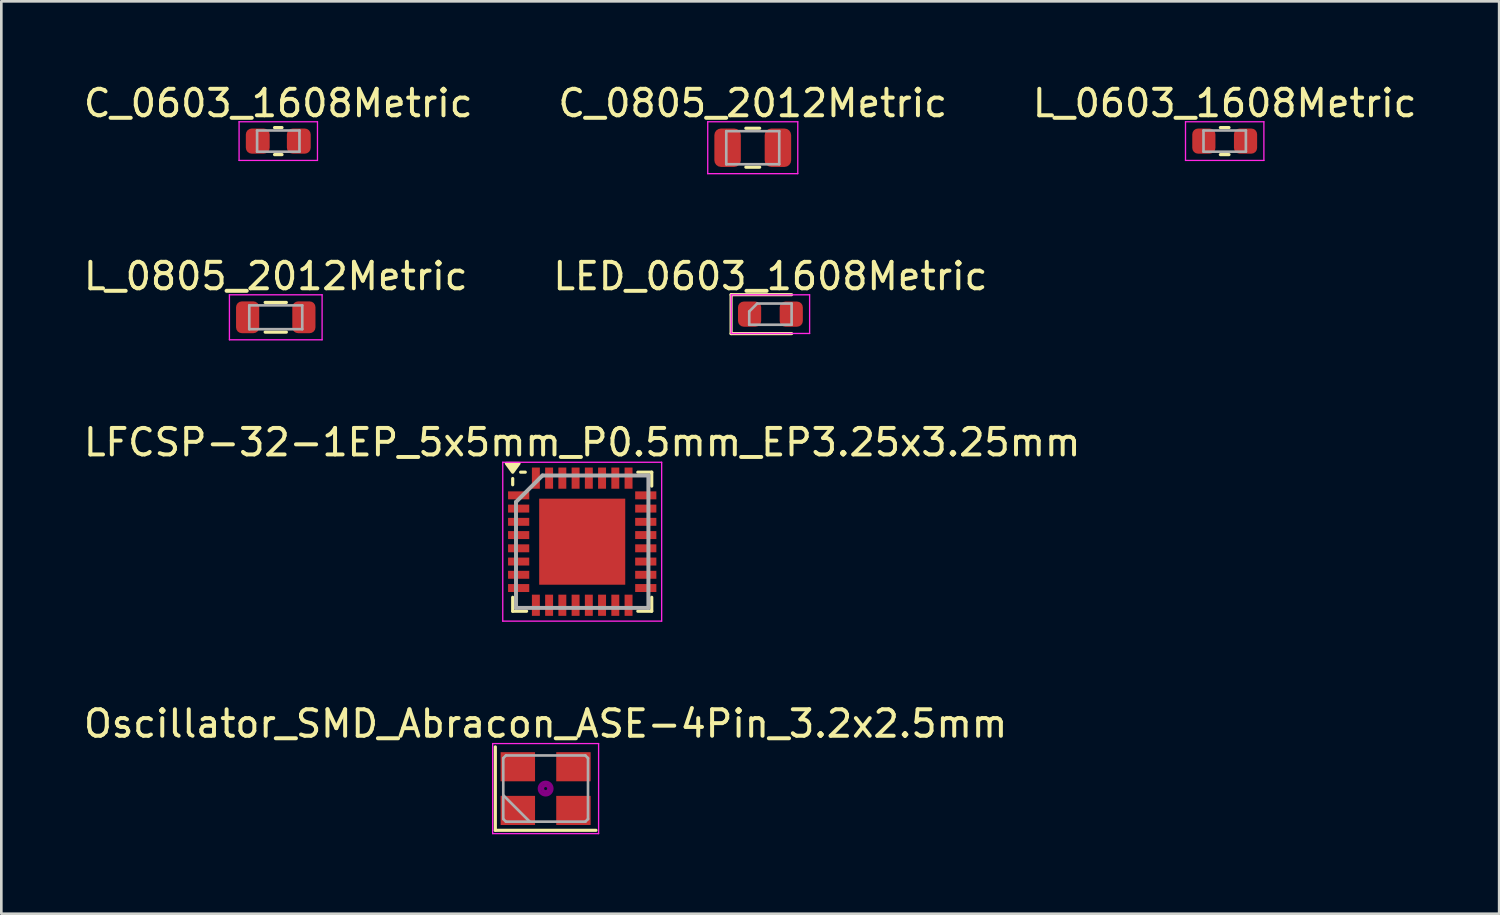
<source format=kicad_pcb>
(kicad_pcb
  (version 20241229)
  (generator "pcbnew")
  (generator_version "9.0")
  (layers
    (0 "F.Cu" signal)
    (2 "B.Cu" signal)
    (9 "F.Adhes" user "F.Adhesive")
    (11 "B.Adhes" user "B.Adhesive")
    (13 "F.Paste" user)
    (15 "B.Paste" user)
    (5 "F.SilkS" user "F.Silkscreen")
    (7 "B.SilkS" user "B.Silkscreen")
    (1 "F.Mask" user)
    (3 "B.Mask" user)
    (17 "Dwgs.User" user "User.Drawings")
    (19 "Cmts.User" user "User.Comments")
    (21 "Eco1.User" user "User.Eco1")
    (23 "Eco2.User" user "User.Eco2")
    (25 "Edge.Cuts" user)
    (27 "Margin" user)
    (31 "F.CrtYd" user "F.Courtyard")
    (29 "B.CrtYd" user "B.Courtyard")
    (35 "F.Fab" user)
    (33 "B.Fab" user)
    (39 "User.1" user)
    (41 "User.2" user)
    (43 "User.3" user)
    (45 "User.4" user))
  (footprint "L_0805_2012Metric"
    (layer "F.Cu")
    (at 7.363 8.931)
    (property "Reference" "L_0805_2012Metric" (at 0 -1.55 0) (layer "F.SilkS") (effects (font (size 1 1) (thickness 0.15))))
    (attr smd)
    (fp_line (start -0.4 -0.56) (end 0.4 -0.56) (stroke (width 0.12) (type solid)) (layer "F.SilkS"))
    (fp_line (start -0.4 0.56) (end 0.4 0.56) (stroke (width 0.12) (type solid)) (layer "F.SilkS"))
    (fp_line (start -1.75 -0.85) (end 1.75 -0.85) (stroke (width 0.05) (type solid)) (layer "F.CrtYd"))
    (fp_line (start -1.75 0.85) (end -1.75 -0.85) (stroke (width 0.05) (type solid)) (layer "F.CrtYd"))
    (fp_line (start 1.75 -0.85) (end 1.75 0.85) (stroke (width 0.05) (type solid)) (layer "F.CrtYd"))
    (fp_line (start 1.75 0.85) (end -1.75 0.85) (stroke (width 0.05) (type solid)) (layer "F.CrtYd"))
    (fp_line (start -1 -0.45) (end 1 -0.45) (stroke (width 0.1) (type solid)) (layer "F.Fab"))
    (fp_line (start -1 0.45) (end -1 -0.45) (stroke (width 0.1) (type solid)) (layer "F.Fab"))
    (fp_line (start 1 -0.45) (end 1 0.45) (stroke (width 0.1) (type solid)) (layer "F.Fab"))
    (fp_line (start 1 0.45) (end -1 0.45) (stroke (width 0.1) (type solid)) (layer "F.Fab"))
    (pad "1" smd roundrect (at -1.062 0 180) (size 0.875 1.2) (layers "F.Cu" "F.Mask" "F.Paste") (roundrect_rratio 0.25))
    (pad "2" smd roundrect (at 1.062 0 180) (size 0.875 1.2) (layers "F.Cu" "F.Mask" "F.Paste") (roundrect_rratio 0.25)))
  (footprint "Oscillator_SMD_Abracon_ASE-4Pin_3.2x2.5mm"
    (layer "F.Cu")
    (at 17.554 26.728)
    (property "Reference" "Oscillator_SMD_Abracon_ASE-4Pin_3.2x2.5mm" (at 0 -2.45 0) (layer "F.SilkS") (effects (font (size 1 1) (thickness 0.15))))
    (attr smd)
    (fp_line (start -1.9 -1.575) (end -1.9 1.575) (stroke (width 0.12) (type solid)) (layer "F.SilkS"))
    (fp_line (start -1.9 1.575) (end 1.9 1.575) (stroke (width 0.12) (type solid)) (layer "F.SilkS"))
    (fp_circle (center 0 0) (end 0.058 0) (stroke (width 0.117) (type solid)) (fill no) (layer "F.Adhes"))
    (fp_circle (center 0 0) (end 0.133 0) (stroke (width 0.083) (type solid)) (fill no) (layer "F.Adhes"))
    (fp_circle (center 0 0) (end 0.208 0) (stroke (width 0.083) (type solid)) (fill no) (layer "F.Adhes"))
    (fp_circle (center 0 0) (end 0.25 0) (stroke (width 0.1) (type solid)) (fill no) (layer "F.Adhes"))
    (fp_line (start -2 -1.7) (end -2 1.7) (stroke (width 0.05) (type solid)) (layer "F.CrtYd"))
    (fp_line (start -2 1.7) (end 2 1.7) (stroke (width 0.05) (type solid)) (layer "F.CrtYd"))
    (fp_line (start 2 -1.7) (end -2 -1.7) (stroke (width 0.05) (type solid)) (layer "F.CrtYd"))
    (fp_line (start 2 1.7) (end 2 -1.7) (stroke (width 0.05) (type solid)) (layer "F.CrtYd"))
    (fp_line (start -1.6 -1.15) (end -1.5 -1.25) (stroke (width 0.1) (type solid)) (layer "F.Fab"))
    (fp_line (start -1.6 0.25) (end -0.6 1.25) (stroke (width 0.1) (type solid)) (layer "F.Fab"))
    (fp_line (start -1.6 1.15) (end -1.6 -1.15) (stroke (width 0.1) (type solid)) (layer "F.Fab"))
    (fp_line (start -1.5 -1.25) (end 1.5 -1.25) (stroke (width 0.1) (type solid)) (layer "F.Fab"))
    (fp_line (start -1.5 1.25) (end -1.6 1.15) (stroke (width 0.1) (type solid)) (layer "F.Fab"))
    (fp_line (start 1.5 -1.25) (end 1.6 -1.15) (stroke (width 0.1) (type solid)) (layer "F.Fab"))
    (fp_line (start 1.5 1.25) (end -1.5 1.25) (stroke (width 0.1) (type solid)) (layer "F.Fab"))
    (fp_line (start 1.6 -1.15) (end 1.6 1.15) (stroke (width 0.1) (type solid)) (layer "F.Fab"))
    (fp_line (start 1.6 1.15) (end 1.5 1.25) (stroke (width 0.1) (type solid)) (layer "F.Fab"))
    (pad "1" smd rect (at -1.05 0.825) (size 1.3 1.1) (layers "F.Cu" "F.Mask" "F.Paste"))
    (pad "2" smd rect (at 1.05 0.825) (size 1.3 1.1) (layers "F.Cu" "F.Mask" "F.Paste"))
    (pad "3" smd rect (at 1.05 -0.825) (size 1.3 1.1) (layers "F.Cu" "F.Mask" "F.Paste"))
    (pad "4" smd rect (at -1.05 -0.825) (size 1.3 1.1) (layers "F.Cu" "F.Mask" "F.Paste")))
  (footprint "LFCSP-32-1EP_5x5mm_P0.5mm_EP3.25x3.25mm"
    (layer "F.Cu")
    (at 18.935 17.405)
    (property "Reference" "LFCSP-32-1EP_5x5mm_P0.5mm_EP3.25x3.25mm" (at 0 -3.75 0) (layer "F.SilkS") (effects (font (size 1 1) (thickness 0.15))))
    (attr smd)
    (fp_line (start -2.625 -2.15) (end -2.625 -2.385) (stroke (width 0.12) (type solid)) (layer "F.SilkS"))
    (fp_line (start -2.625 2.625) (end -2.625 2.1) (stroke (width 0.12) (type solid)) (layer "F.SilkS"))
    (fp_line (start -2.625 2.625) (end -2.1 2.625) (stroke (width 0.12) (type solid)) (layer "F.SilkS"))
    (fp_line (start -2.15 -2.625) (end -2.325 -2.625) (stroke (width 0.12) (type solid)) (layer "F.SilkS"))
    (fp_line (start 2.625 -2.625) (end 2.1 -2.625) (stroke (width 0.12) (type solid)) (layer "F.SilkS"))
    (fp_line (start 2.625 -2.625) (end 2.625 -2.1) (stroke (width 0.12) (type solid)) (layer "F.SilkS"))
    (fp_line (start 2.625 2.625) (end 2.1 2.625) (stroke (width 0.12) (type solid)) (layer "F.SilkS"))
    (fp_line (start 2.625 2.625) (end 2.625 2.1) (stroke (width 0.12) (type solid)) (layer "F.SilkS"))
    (fp_poly (pts (xy -2.625 -2.625) (xy -2.865 -2.955) (xy -2.385 -2.955) (xy -2.625 -2.625)) (stroke (width 0.12) (type solid)) (fill yes) (layer "F.SilkS"))
    (fp_line (start -3 -3) (end -3 3) (stroke (width 0.05) (type solid)) (layer "F.CrtYd"))
    (fp_line (start -3 -3) (end 3 -3) (stroke (width 0.05) (type solid)) (layer "F.CrtYd"))
    (fp_line (start -3 3) (end 3 3) (stroke (width 0.05) (type solid)) (layer "F.CrtYd"))
    (fp_line (start 3 -3) (end 3 3) (stroke (width 0.05) (type solid)) (layer "F.CrtYd"))
    (fp_line (start -2.5 -1.5) (end -1.5 -2.5) (stroke (width 0.15) (type solid)) (layer "F.Fab"))
    (fp_line (start -2.5 2.5) (end -2.5 -1.5) (stroke (width 0.15) (type solid)) (layer "F.Fab"))
    (fp_line (start -1.5 -2.5) (end 2.5 -2.5) (stroke (width 0.15) (type solid)) (layer "F.Fab"))
    (fp_line (start 2.5 -2.5) (end 2.5 2.5) (stroke (width 0.15) (type solid)) (layer "F.Fab"))
    (fp_line (start 2.5 2.5) (end -2.5 2.5) (stroke (width 0.15) (type solid)) (layer "F.Fab"))
    (pad "" smd rect (at -0.8 -0.8) (size 1.3 1.3) (layers "F.Paste"))
    (pad "" smd rect (at -0.8 0.8) (size 1.3 1.3) (layers "F.Paste"))
    (pad "" smd rect (at 0.8 -0.8) (size 1.3 1.3) (layers "F.Paste"))
    (pad "" smd rect (at 0.8 0.8) (size 1.3 1.3) (layers "F.Paste"))
    (pad "1" smd rect (at -2.4 -1.75) (size 0.8 0.3) (layers "F.Cu" "F.Mask" "F.Paste"))
    (pad "2" smd rect (at -2.4 -1.25) (size 0.8 0.3) (layers "F.Cu" "F.Mask" "F.Paste"))
    (pad "3" smd rect (at -2.4 -0.75) (size 0.8 0.3) (layers "F.Cu" "F.Mask" "F.Paste"))
    (pad "4" smd rect (at -2.4 -0.25) (size 0.8 0.3) (layers "F.Cu" "F.Mask" "F.Paste"))
    (pad "5" smd rect (at -2.4 0.25) (size 0.8 0.3) (layers "F.Cu" "F.Mask" "F.Paste"))
    (pad "6" smd rect (at -2.4 0.75) (size 0.8 0.3) (layers "F.Cu" "F.Mask" "F.Paste"))
    (pad "7" smd rect (at -2.4 1.25) (size 0.8 0.3) (layers "F.Cu" "F.Mask" "F.Paste"))
    (pad "8" smd rect (at -2.4 1.75) (size 0.8 0.3) (layers "F.Cu" "F.Mask" "F.Paste"))
    (pad "9" smd rect (at -1.75 2.4 90) (size 0.8 0.3) (layers "F.Cu" "F.Mask" "F.Paste"))
    (pad "10" smd rect (at -1.25 2.4 90) (size 0.8 0.3) (layers "F.Cu" "F.Mask" "F.Paste"))
    (pad "11" smd rect (at -0.75 2.4 90) (size 0.8 0.3) (layers "F.Cu" "F.Mask" "F.Paste"))
    (pad "12" smd rect (at -0.25 2.4 90) (size 0.8 0.3) (layers "F.Cu" "F.Mask" "F.Paste"))
    (pad "13" smd rect (at 0.25 2.4 90) (size 0.8 0.3) (layers "F.Cu" "F.Mask" "F.Paste"))
    (pad "14" smd rect (at 0.75 2.4 90) (size 0.8 0.3) (layers "F.Cu" "F.Mask" "F.Paste"))
    (pad "15" smd rect (at 1.25 2.4 90) (size 0.8 0.3) (layers "F.Cu" "F.Mask" "F.Paste"))
    (pad "16" smd rect (at 1.75 2.4 90) (size 0.8 0.3) (layers "F.Cu" "F.Mask" "F.Paste"))
    (pad "17" smd rect (at 2.4 1.75) (size 0.8 0.3) (layers "F.Cu" "F.Mask" "F.Paste"))
    (pad "18" smd rect (at 2.4 1.25) (size 0.8 0.3) (layers "F.Cu" "F.Mask" "F.Paste"))
    (pad "19" smd rect (at 2.4 0.75) (size 0.8 0.3) (layers "F.Cu" "F.Mask" "F.Paste"))
    (pad "20" smd rect (at 2.4 0.25) (size 0.8 0.3) (layers "F.Cu" "F.Mask" "F.Paste"))
    (pad "21" smd rect (at 2.4 -0.25) (size 0.8 0.3) (layers "F.Cu" "F.Mask" "F.Paste"))
    (pad "22" smd rect (at 2.4 -0.75) (size 0.8 0.3) (layers "F.Cu" "F.Mask" "F.Paste"))
    (pad "23" smd rect (at 2.4 -1.25) (size 0.8 0.3) (layers "F.Cu" "F.Mask" "F.Paste"))
    (pad "24" smd rect (at 2.4 -1.75) (size 0.8 0.3) (layers "F.Cu" "F.Mask" "F.Paste"))
    (pad "25" smd rect (at 1.75 -2.4 90) (size 0.8 0.3) (layers "F.Cu" "F.Mask" "F.Paste"))
    (pad "26" smd rect (at 1.25 -2.4 90) (size 0.8 0.3) (layers "F.Cu" "F.Mask" "F.Paste"))
    (pad "27" smd rect (at 0.75 -2.4 90) (size 0.8 0.3) (layers "F.Cu" "F.Mask" "F.Paste"))
    (pad "28" smd rect (at 0.25 -2.4 90) (size 0.8 0.3) (layers "F.Cu" "F.Mask" "F.Paste"))
    (pad "29" smd rect (at -0.25 -2.4 90) (size 0.8 0.3) (layers "F.Cu" "F.Mask" "F.Paste"))
    (pad "30" smd rect (at -0.75 -2.4 90) (size 0.8 0.3) (layers "F.Cu" "F.Mask" "F.Paste"))
    (pad "31" smd rect (at -1.25 -2.4 90) (size 0.8 0.3) (layers "F.Cu" "F.Mask" "F.Paste"))
    (pad "32" smd rect (at -1.75 -2.4 90) (size 0.8 0.3) (layers "F.Cu" "F.Mask" "F.Paste"))
    (pad "33" smd rect (at 0 0) (size 3.25 3.25) (layers "F.Cu" "F.Mask")))
  (footprint "C_0603_1608Metric"
    (layer "F.Cu")
    (at 7.458 2.278)
    (property "Reference" "C_0603_1608Metric" (at 0 -1.43 0) (layer "F.SilkS") (effects (font (size 1 1) (thickness 0.15))))
    (attr smd)
    (fp_line (start -0.141 -0.51) (end 0.141 -0.51) (stroke (width 0.12) (type solid)) (layer "F.SilkS"))
    (fp_line (start -0.141 0.51) (end 0.141 0.51) (stroke (width 0.12) (type solid)) (layer "F.SilkS"))
    (fp_line (start -1.48 -0.73) (end 1.48 -0.73) (stroke (width 0.05) (type solid)) (layer "F.CrtYd"))
    (fp_line (start -1.48 0.73) (end -1.48 -0.73) (stroke (width 0.05) (type solid)) (layer "F.CrtYd"))
    (fp_line (start 1.48 -0.73) (end 1.48 0.73) (stroke (width 0.05) (type solid)) (layer "F.CrtYd"))
    (fp_line (start 1.48 0.73) (end -1.48 0.73) (stroke (width 0.05) (type solid)) (layer "F.CrtYd"))
    (fp_line (start -0.8 -0.4) (end 0.8 -0.4) (stroke (width 0.1) (type solid)) (layer "F.Fab"))
    (fp_line (start -0.8 0.4) (end -0.8 -0.4) (stroke (width 0.1) (type solid)) (layer "F.Fab"))
    (fp_line (start 0.8 -0.4) (end 0.8 0.4) (stroke (width 0.1) (type solid)) (layer "F.Fab"))
    (fp_line (start 0.8 0.4) (end -0.8 0.4) (stroke (width 0.1) (type solid)) (layer "F.Fab"))
    (pad "1" smd roundrect (at -0.775 0 180) (size 0.9 0.95) (layers "F.Cu" "F.Mask" "F.Paste") (roundrect_rratio 0.25))
    (pad "2" smd roundrect (at 0.775 0 180) (size 0.9 0.95) (layers "F.Cu" "F.Mask" "F.Paste") (roundrect_rratio 0.25)))
  (footprint "LED_0603_1608Metric"
    (layer "F.Cu")
    (at 26.042 8.812)
    (property "Reference" "LED_0603_1608Metric" (at 0 -1.43 180) (layer "F.SilkS") (effects (font (size 1 1) (thickness 0.15))))
    (attr smd)
    (fp_line (start -1.485 -0.735) (end -1.485 0.735) (stroke (width 0.12) (type solid)) (layer "F.SilkS"))
    (fp_line (start -1.485 0.735) (end 0.8 0.735) (stroke (width 0.12) (type solid)) (layer "F.SilkS"))
    (fp_line (start 0.8 -0.735) (end -1.485 -0.735) (stroke (width 0.12) (type solid)) (layer "F.SilkS"))
    (fp_line (start -1.48 -0.73) (end 1.48 -0.73) (stroke (width 0.05) (type solid)) (layer "F.CrtYd"))
    (fp_line (start -1.48 0.73) (end -1.48 -0.73) (stroke (width 0.05) (type solid)) (layer "F.CrtYd"))
    (fp_line (start 1.48 -0.73) (end 1.48 0.73) (stroke (width 0.05) (type solid)) (layer "F.CrtYd"))
    (fp_line (start 1.48 0.73) (end -1.48 0.73) (stroke (width 0.05) (type solid)) (layer "F.CrtYd"))
    (fp_line (start -0.8 -0.1) (end -0.8 0.4) (stroke (width 0.1) (type solid)) (layer "F.Fab"))
    (fp_line (start -0.8 0.4) (end 0.8 0.4) (stroke (width 0.1) (type solid)) (layer "F.Fab"))
    (fp_line (start -0.5 -0.4) (end -0.8 -0.1) (stroke (width 0.1) (type solid)) (layer "F.Fab"))
    (fp_line (start 0.8 -0.4) (end -0.5 -0.4) (stroke (width 0.1) (type solid)) (layer "F.Fab"))
    (fp_line (start 0.8 0.4) (end 0.8 -0.4) (stroke (width 0.1) (type solid)) (layer "F.Fab"))
    (pad "1" smd roundrect (at -0.787 0) (size 0.875 0.95) (layers "F.Cu" "F.Mask" "F.Paste") (roundrect_rratio 0.25))
    (pad "2" smd roundrect (at 0.787 0) (size 0.875 0.95) (layers "F.Cu" "F.Mask" "F.Paste") (roundrect_rratio 0.25)))
  (footprint "C_0805_2012Metric"
    (layer "F.Cu")
    (at 25.375 2.528)
    (property "Reference" "C_0805_2012Metric" (at 0 -1.68 180) (layer "F.SilkS") (effects (font (size 1 1) (thickness 0.15))))
    (attr smd)
    (fp_line (start -0.261 -0.735) (end 0.261 -0.735) (stroke (width 0.12) (type solid)) (layer "F.SilkS"))
    (fp_line (start -0.261 0.735) (end 0.261 0.735) (stroke (width 0.12) (type solid)) (layer "F.SilkS"))
    (fp_line (start -1.7 -0.98) (end 1.7 -0.98) (stroke (width 0.05) (type solid)) (layer "F.CrtYd"))
    (fp_line (start -1.7 0.98) (end -1.7 -0.98) (stroke (width 0.05) (type solid)) (layer "F.CrtYd"))
    (fp_line (start 1.7 -0.98) (end 1.7 0.98) (stroke (width 0.05) (type solid)) (layer "F.CrtYd"))
    (fp_line (start 1.7 0.98) (end -1.7 0.98) (stroke (width 0.05) (type solid)) (layer "F.CrtYd"))
    (fp_line (start -1 -0.625) (end 1 -0.625) (stroke (width 0.1) (type solid)) (layer "F.Fab"))
    (fp_line (start -1 0.625) (end -1 -0.625) (stroke (width 0.1) (type solid)) (layer "F.Fab"))
    (fp_line (start 1 -0.625) (end 1 0.625) (stroke (width 0.1) (type solid)) (layer "F.Fab"))
    (fp_line (start 1 0.625) (end -1 0.625) (stroke (width 0.1) (type solid)) (layer "F.Fab"))
    (pad "1" smd roundrect (at -0.95 0) (size 1 1.45) (layers "F.Cu" "F.Mask" "F.Paste") (roundrect_rratio 0.25))
    (pad "2" smd roundrect (at 0.95 0) (size 1 1.45) (layers "F.Cu" "F.Mask" "F.Paste") (roundrect_rratio 0.25)))
  (footprint "L_0603_1608Metric"
    (layer "F.Cu")
    (at 43.196 2.278)
    (property "Reference" "L_0603_1608Metric" (at 0 -1.43 180) (layer "F.SilkS") (effects (font (size 1 1) (thickness 0.15))))
    (attr smd)
    (fp_line (start -0.163 -0.51) (end 0.163 -0.51) (stroke (width 0.12) (type solid)) (layer "F.SilkS"))
    (fp_line (start -0.163 0.51) (end 0.163 0.51) (stroke (width 0.12) (type solid)) (layer "F.SilkS"))
    (fp_line (start -1.48 -0.73) (end 1.48 -0.73) (stroke (width 0.05) (type solid)) (layer "F.CrtYd"))
    (fp_line (start -1.48 0.73) (end -1.48 -0.73) (stroke (width 0.05) (type solid)) (layer "F.CrtYd"))
    (fp_line (start 1.48 -0.73) (end 1.48 0.73) (stroke (width 0.05) (type solid)) (layer "F.CrtYd"))
    (fp_line (start 1.48 0.73) (end -1.48 0.73) (stroke (width 0.05) (type solid)) (layer "F.CrtYd"))
    (fp_line (start -0.8 -0.4) (end 0.8 -0.4) (stroke (width 0.1) (type solid)) (layer "F.Fab"))
    (fp_line (start -0.8 0.4) (end -0.8 -0.4) (stroke (width 0.1) (type solid)) (layer "F.Fab"))
    (fp_line (start 0.8 -0.4) (end 0.8 0.4) (stroke (width 0.1) (type solid)) (layer "F.Fab"))
    (fp_line (start 0.8 0.4) (end -0.8 0.4) (stroke (width 0.1) (type solid)) (layer "F.Fab"))
    (pad "1" smd roundrect (at -0.787 0) (size 0.875 0.95) (layers "F.Cu" "F.Mask" "F.Paste") (roundrect_rratio 0.25))
    (pad "2" smd roundrect (at 0.787 0) (size 0.875 0.95) (layers "F.Cu" "F.Mask" "F.Paste") (roundrect_rratio 0.25)))
  (gr_rect
    (start -3 -3)
    (end 53.56 31.453)
    (stroke (width 0.1) (type default))
    (fill no)
    (layer "Edge.Cuts")))
</source>
